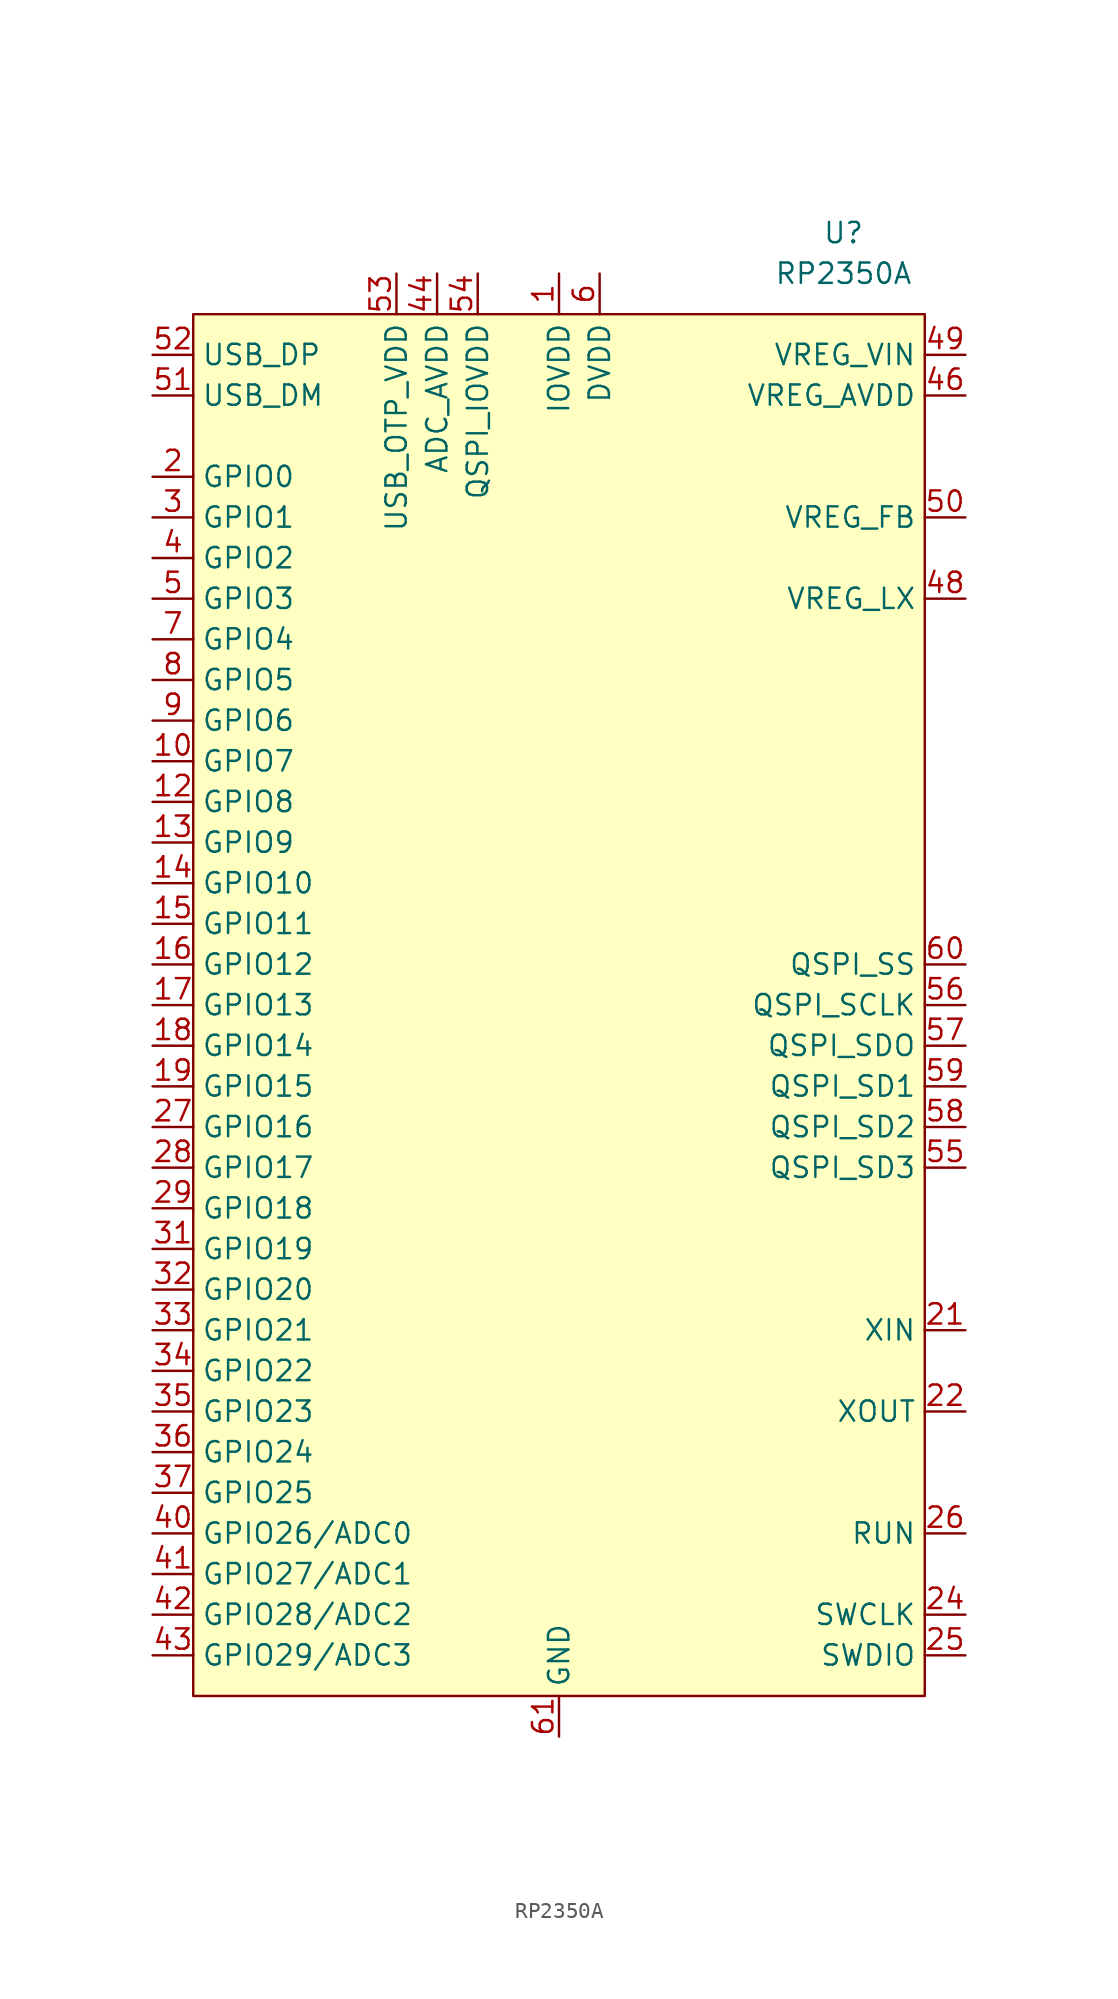
<source format=kicad_sym>
(kicad_symbol_lib
  (version 20231120)
  (generator "kicad_symbol_editor")
  (generator_version "8.0")
  (symbol "RP2350A"
    (property "Reference" "U"
      (at 17.78 48.26 0)
      (effects (font (size 1.27 1.27))))
    (property "Value" "RP2350A"
      (at 17.78 45.72 0)
      (effects (font (size 1.27 1.27))))
    (symbol "RP2350A_0_0"
      (pin power_in line (at 0 45.72 270) (length 2.54) (name "IOVDD" (effects (font (size 1.27 1.27)))) (number "1" (effects (font (size 1.27 1.27)))))
      (pin bidirectional line (at -25.4 15.24 0) (length 2.54) (name "GPIO7" (effects (font (size 1.27 1.27)))) (number "10" (effects (font (size 1.27 1.27)))))
      (pin passive line (at 0 45.72 270) (length 2.54) hide (name "IOVDD" (effects (font (size 1.27 1.27)))) (number "11" (effects (font (size 1.27 1.27)))))
      (pin bidirectional line (at -25.4 12.7 0) (length 2.54) (name "GPIO8" (effects (font (size 1.27 1.27)))) (number "12" (effects (font (size 1.27 1.27)))))
      (pin bidirectional line (at -25.4 10.16 0) (length 2.54) (name "GPIO9" (effects (font (size 1.27 1.27)))) (number "13" (effects (font (size 1.27 1.27)))))
      (pin bidirectional line (at -25.4 7.62 0) (length 2.54) (name "GPIO10" (effects (font (size 1.27 1.27)))) (number "14" (effects (font (size 1.27 1.27)))))
      (pin bidirectional line (at -25.4 5.08 0) (length 2.54) (name "GPIO11" (effects (font (size 1.27 1.27)))) (number "15" (effects (font (size 1.27 1.27)))))
      (pin bidirectional line (at -25.4 2.54 0) (length 2.54) (name "GPIO12" (effects (font (size 1.27 1.27)))) (number "16" (effects (font (size 1.27 1.27)))))
      (pin bidirectional line (at -25.4 0 0) (length 2.54) (name "GPIO13" (effects (font (size 1.27 1.27)))) (number "17" (effects (font (size 1.27 1.27)))))
      (pin bidirectional line (at -25.4 -2.54 0) (length 2.54) (name "GPIO14" (effects (font (size 1.27 1.27)))) (number "18" (effects (font (size 1.27 1.27)))))
      (pin bidirectional line (at -25.4 -5.08 0) (length 2.54) (name "GPIO15" (effects (font (size 1.27 1.27)))) (number "19" (effects (font (size 1.27 1.27)))))
      (pin bidirectional line (at -25.4 33.02 0) (length 2.54) (name "GPIO0" (effects (font (size 1.27 1.27)))) (number "2" (effects (font (size 1.27 1.27)))))
      (pin passive line (at 0 45.72 270) (length 2.54) hide (name "IOVDD" (effects (font (size 1.27 1.27)))) (number "20" (effects (font (size 1.27 1.27)))))
      (pin input line (at 25.4 -20.32 180) (length 2.54) (name "XIN" (effects (font (size 1.27 1.27)))) (number "21" (effects (font (size 1.27 1.27)))))
      (pin output line (at 25.4 -25.4 180) (length 2.54) (name "XOUT" (effects (font (size 1.27 1.27)))) (number "22" (effects (font (size 1.27 1.27)))))
      (pin passive line (at 2.54 45.72 270) (length 2.54) hide (name "DVDD" (effects (font (size 1.27 1.27)))) (number "23" (effects (font (size 1.27 1.27)))))
      (pin input line (at 25.4 -38.1 180) (length 2.54) (name "SWCLK" (effects (font (size 1.27 1.27)))) (number "24" (effects (font (size 1.27 1.27)))))
      (pin bidirectional line (at 25.4 -40.64 180) (length 2.54) (name "SWDIO" (effects (font (size 1.27 1.27)))) (number "25" (effects (font (size 1.27 1.27)))))
      (pin input line (at 25.4 -33.02 180) (length 2.54) (name "RUN" (effects (font (size 1.27 1.27)))) (number "26" (effects (font (size 1.27 1.27)))))
      (pin bidirectional line (at -25.4 -7.62 0) (length 2.54) (name "GPIO16" (effects (font (size 1.27 1.27)))) (number "27" (effects (font (size 1.27 1.27)))))
      (pin bidirectional line (at -25.4 -10.16 0) (length 2.54) (name "GPIO17" (effects (font (size 1.27 1.27)))) (number "28" (effects (font (size 1.27 1.27)))))
      (pin bidirectional line (at -25.4 -12.7 0) (length 2.54) (name "GPIO18" (effects (font (size 1.27 1.27)))) (number "29" (effects (font (size 1.27 1.27)))))
      (pin bidirectional line (at -25.4 30.48 0) (length 2.54) (name "GPIO1" (effects (font (size 1.27 1.27)))) (number "3" (effects (font (size 1.27 1.27)))))
      (pin passive line (at 0 45.72 270) (length 2.54) hide (name "IOVDD" (effects (font (size 1.27 1.27)))) (number "30" (effects (font (size 1.27 1.27)))))
      (pin bidirectional line (at -25.4 -15.24 0) (length 2.54) (name "GPIO19" (effects (font (size 1.27 1.27)))) (number "31" (effects (font (size 1.27 1.27)))))
      (pin bidirectional line (at -25.4 -17.78 0) (length 2.54) (name "GPIO20" (effects (font (size 1.27 1.27)))) (number "32" (effects (font (size 1.27 1.27)))))
      (pin bidirectional line (at -25.4 -20.32 0) (length 2.54) (name "GPIO21" (effects (font (size 1.27 1.27)))) (number "33" (effects (font (size 1.27 1.27)))))
      (pin bidirectional line (at -25.4 -22.86 0) (length 2.54) (name "GPIO22" (effects (font (size 1.27 1.27)))) (number "34" (effects (font (size 1.27 1.27)))))
      (pin bidirectional line (at -25.4 -25.4 0) (length 2.54) (name "GPIO23" (effects (font (size 1.27 1.27)))) (number "35" (effects (font (size 1.27 1.27)))))
      (pin bidirectional line (at -25.4 -27.94 0) (length 2.54) (name "GPIO24" (effects (font (size 1.27 1.27)))) (number "36" (effects (font (size 1.27 1.27)))))
      (pin bidirectional line (at -25.4 -30.48 0) (length 2.54) (name "GPIO25" (effects (font (size 1.27 1.27)))) (number "37" (effects (font (size 1.27 1.27)))))
      (pin passive line (at 0 45.72 270) (length 2.54) hide (name "IOVDD" (effects (font (size 1.27 1.27)))) (number "38" (effects (font (size 1.27 1.27)))))
      (pin passive line (at 2.54 45.72 270) (length 2.54) hide (name "DVDD" (effects (font (size 1.27 1.27)))) (number "39" (effects (font (size 1.27 1.27)))))
      (pin bidirectional line (at -25.4 27.94 0) (length 2.54) (name "GPIO2" (effects (font (size 1.27 1.27)))) (number "4" (effects (font (size 1.27 1.27)))))
      (pin bidirectional line (at -25.4 -33.02 0) (length 2.54) (name "GPIO26/ADC0" (effects (font (size 1.27 1.27)))) (number "40" (effects (font (size 1.27 1.27)))))
      (pin bidirectional line (at -25.4 -35.56 0) (length 2.54) (name "GPIO27/ADC1" (effects (font (size 1.27 1.27)))) (number "41" (effects (font (size 1.27 1.27)))))
      (pin bidirectional line (at -25.4 -38.1 0) (length 2.54) (name "GPIO28/ADC2" (effects (font (size 1.27 1.27)))) (number "42" (effects (font (size 1.27 1.27)))))
      (pin bidirectional line (at -25.4 -40.64 0) (length 2.54) (name "GPIO29/ADC3" (effects (font (size 1.27 1.27)))) (number "43" (effects (font (size 1.27 1.27)))))
      (pin power_in line (at -7.62 45.72 270) (length 2.54) (name "ADC_AVDD" (effects (font (size 1.27 1.27)))) (number "44" (effects (font (size 1.27 1.27)))))
      (pin passive line (at 0 45.72 270) (length 2.54) hide (name "IOVDD" (effects (font (size 1.27 1.27)))) (number "45" (effects (font (size 1.27 1.27)))))
      (pin power_in line (at 25.4 38.1 180) (length 2.54) (name "VREG_AVDD" (effects (font (size 1.27 1.27)))) (number "46" (effects (font (size 1.27 1.27)))))
      (pin passive line (at 25.4 25.4 180) (length 2.54) (name "VREG_LX" (effects (font (size 1.27 1.27)))) (number "48" (effects (font (size 1.27 1.27)))))
      (pin power_in line (at 25.4 40.64 180) (length 2.54) (name "VREG_VIN" (effects (font (size 1.27 1.27)))) (number "49" (effects (font (size 1.27 1.27)))))
      (pin bidirectional line (at -25.4 25.4 0) (length 2.54) (name "GPIO3" (effects (font (size 1.27 1.27)))) (number "5" (effects (font (size 1.27 1.27)))))
      (pin passive line (at 25.4 30.48 180) (length 2.54) (name "VREG_FB" (effects (font (size 1.27 1.27)))) (number "50" (effects (font (size 1.27 1.27)))))
      (pin bidirectional line (at -25.4 38.1 0) (length 2.54) (name "USB_DM" (effects (font (size 1.27 1.27)))) (number "51" (effects (font (size 1.27 1.27)))))
      (pin bidirectional line (at -25.4 40.64 0) (length 2.54) (name "USB_DP" (effects (font (size 1.27 1.27)))) (number "52" (effects (font (size 1.27 1.27)))))
      (pin power_in line (at -10.16 45.72 270) (length 2.54) (name "USB_OTP_VDD" (effects (font (size 1.27 1.27)))) (number "53" (effects (font (size 1.27 1.27)))))
      (pin power_in line (at -5.08 45.72 270) (length 2.54) (name "QSPI_IOVDD" (effects (font (size 1.27 1.27)))) (number "54" (effects (font (size 1.27 1.27)))))
      (pin unspecified line (at 25.4 -10.16 180) (length 2.54) (name "QSPI_SD3" (effects (font (size 1.27 1.27)))) (number "55" (effects (font (size 1.27 1.27)))))
      (pin unspecified line (at 25.4 0 180) (length 2.54) (name "QSPI_SCLK" (effects (font (size 1.27 1.27)))) (number "56" (effects (font (size 1.27 1.27)))))
      (pin unspecified line (at 25.4 -2.54 180) (length 2.54) (name "QSPI_SDO" (effects (font (size 1.27 1.27)))) (number "57" (effects (font (size 1.27 1.27)))))
      (pin unspecified line (at 25.4 -7.62 180) (length 2.54) (name "QSPI_SD2" (effects (font (size 1.27 1.27)))) (number "58" (effects (font (size 1.27 1.27)))))
      (pin unspecified line (at 25.4 -5.08 180) (length 2.54) (name "QSPI_SD1" (effects (font (size 1.27 1.27)))) (number "59" (effects (font (size 1.27 1.27)))))
      (pin power_in line (at 2.54 45.72 270) (length 2.54) (name "DVDD" (effects (font (size 1.27 1.27)))) (number "6" (effects (font (size 1.27 1.27)))))
      (pin unspecified line (at 25.4 2.54 180) (length 2.54) (name "QSPI_SS" (effects (font (size 1.27 1.27)))) (number "60" (effects (font (size 1.27 1.27)))))
      (pin bidirectional line (at -25.4 22.86 0) (length 2.54) (name "GPIO4" (effects (font (size 1.27 1.27)))) (number "7" (effects (font (size 1.27 1.27)))))
      (pin bidirectional line (at -25.4 20.32 0) (length 2.54) (name "GPIO5" (effects (font (size 1.27 1.27)))) (number "8" (effects (font (size 1.27 1.27)))))
      (pin bidirectional line (at -25.4 17.78 0) (length 2.54) (name "GPIO6" (effects (font (size 1.27 1.27)))) (number "9" (effects (font (size 1.27 1.27))))))
    (symbol "RP2350A_1_0"
      (pin passive line (at 0 -45.72 90) (length 2.54) hide (name "VREG_PGND" (effects (font (size 1.27 1.27)))) (number "47" (effects (font (size 1.27 1.27)))))
      (pin power_in line (at 0 -45.72 90) (length 2.54) (name "GND" (effects (font (size 1.27 1.27)))) (number "61" (effects (font (size 1.27 1.27))))))
    (symbol "RP2350A_1_1"
      (rectangle (start -22.86 43.18) (end 22.86 -43.18) (stroke (width 0) (type default)) (fill (type background))))))
</source>
